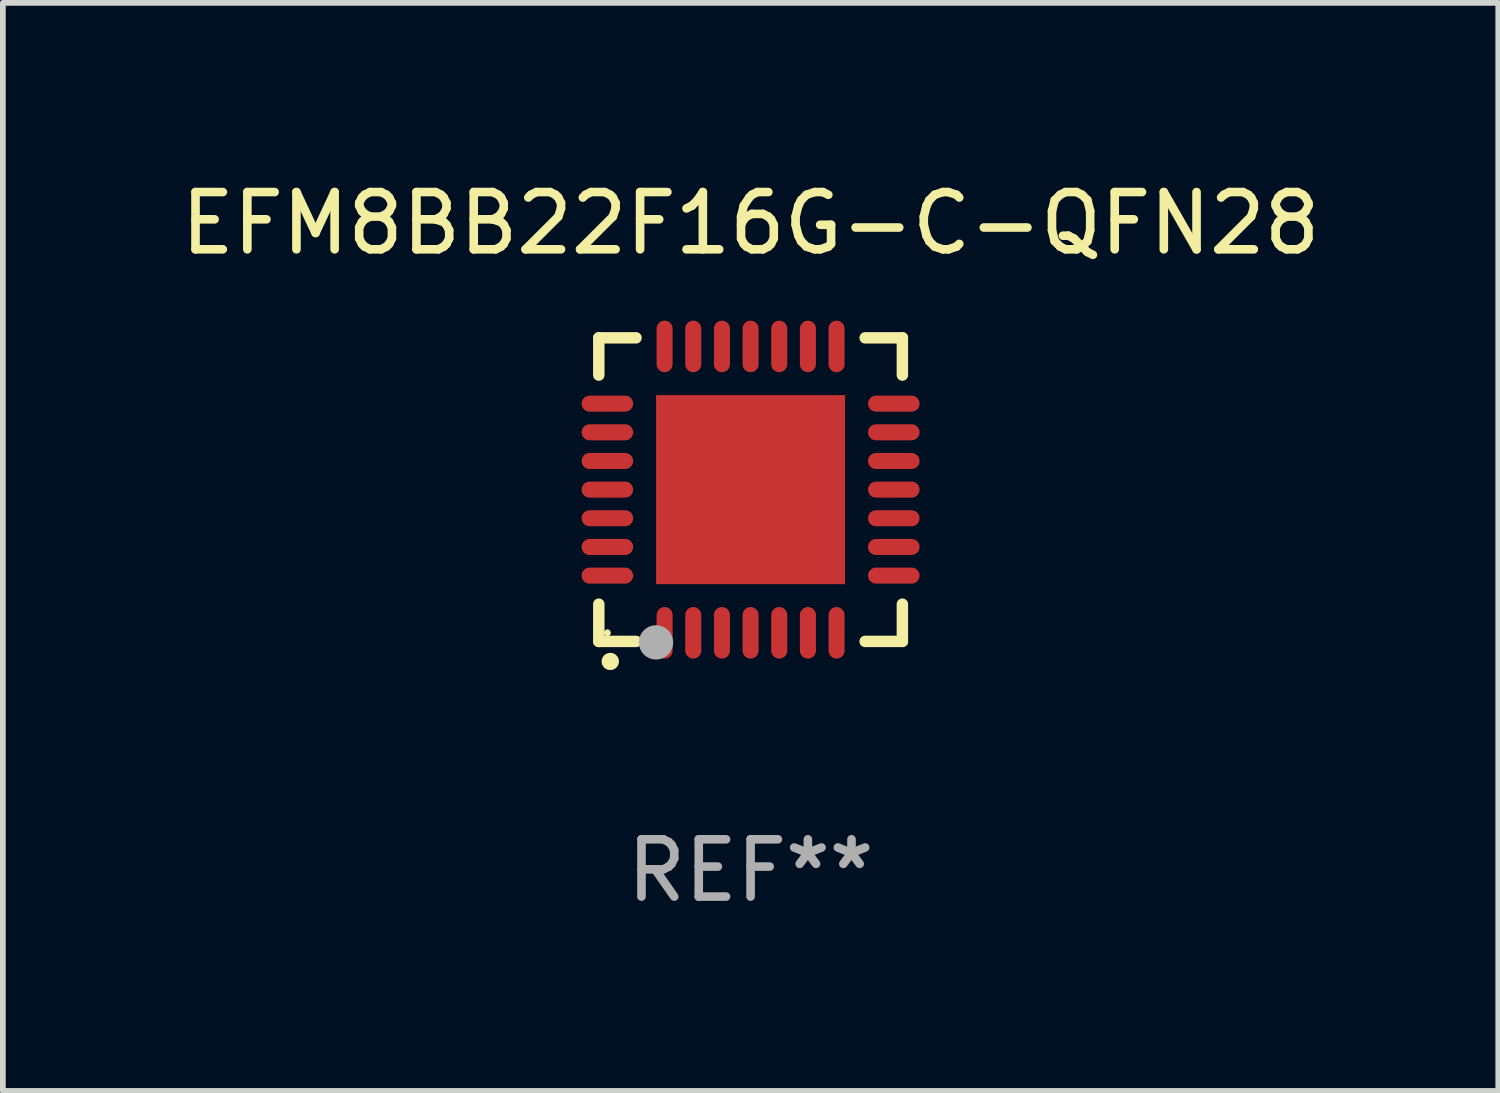
<source format=kicad_pcb>
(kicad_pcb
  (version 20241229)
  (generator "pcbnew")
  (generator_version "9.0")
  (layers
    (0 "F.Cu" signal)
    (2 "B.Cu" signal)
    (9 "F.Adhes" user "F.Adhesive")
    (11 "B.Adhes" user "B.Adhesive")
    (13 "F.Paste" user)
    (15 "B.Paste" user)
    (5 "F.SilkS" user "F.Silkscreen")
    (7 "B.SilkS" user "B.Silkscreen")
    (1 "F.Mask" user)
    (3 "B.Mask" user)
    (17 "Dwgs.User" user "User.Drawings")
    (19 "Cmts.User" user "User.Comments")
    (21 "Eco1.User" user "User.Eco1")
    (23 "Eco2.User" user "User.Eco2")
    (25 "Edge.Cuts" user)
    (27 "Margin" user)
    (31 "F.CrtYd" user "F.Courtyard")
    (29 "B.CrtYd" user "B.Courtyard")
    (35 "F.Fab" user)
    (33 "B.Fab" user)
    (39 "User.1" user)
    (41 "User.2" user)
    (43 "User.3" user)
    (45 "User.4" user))
  (footprint "EFM8BB22F16G-C-QFN28"
    (layer "F.Cu")
    (at 10.054 5.498)
    (property "Reference" "EFM8BB22F16G-C-QFN28" (at 0 -4.65 0) (layer "F.SilkS") (effects (font (size 1 1) (thickness 0.15))))
    (attr through_hole)
    (fp_line (start -2.65 -2.65) (end -2.65 -2) (stroke (width 0.2) (type solid)) (layer "F.SilkS"))
    (fp_line (start -2.65 2.65) (end -2.65 2) (stroke (width 0.2) (type solid)) (layer "F.SilkS"))
    (fp_line (start -2 -2.65) (end -2.65 -2.65) (stroke (width 0.2) (type solid)) (layer "F.SilkS"))
    (fp_line (start -2 2.65) (end -2.65 2.65) (stroke (width 0.2) (type solid)) (layer "F.SilkS"))
    (fp_line (start 2 2.65) (end 2.65 2.65) (stroke (width 0.2) (type solid)) (layer "F.SilkS"))
    (fp_line (start 2.65 -2.65) (end 2 -2.65) (stroke (width 0.2) (type solid)) (layer "F.SilkS"))
    (fp_line (start 2.65 -2) (end 2.65 -2.65) (stroke (width 0.2) (type solid)) (layer "F.SilkS"))
    (fp_line (start 2.65 2.65) (end 2.65 2) (stroke (width 0.2) (type solid)) (layer "F.SilkS"))
    (fp_arc (start -2.451105 2.999746) (mid -2.449835 2.999741) (end -2.448565 2.999746) (stroke (width 0.3) (type solid)) (layer "F.SilkS"))
    (fp_circle (center -2.5 2.5) (end -2.47 2.5) (stroke (width 0.06) (type solid)) (fill no) (layer "F.SilkS"))
    (fp_circle (center -1.651 2.667) (end -1.501 2.667) (stroke (width 0.3) (type solid)) (fill no) (layer "F.Fab"))
    (fp_text user "REF**" (at 0 6.65 0) (layer "F.Fab") (effects (font (size 1 1) (thickness 0.15))))
    (pad "1" smd oval (at -1.501 2.5 180) (size 0.28 0.9) (layers "F.Cu" "F.Mask" "F.Paste"))
    (pad "2" smd oval (at -1.001 2.5 180) (size 0.28 0.9) (layers "F.Cu" "F.Mask" "F.Paste"))
    (pad "3" smd oval (at -0.5 2.5 180) (size 0.28 0.9) (layers "F.Cu" "F.Mask" "F.Paste"))
    (pad "4" smd oval (at 0 2.5 180) (size 0.28 0.9) (layers "F.Cu" "F.Mask" "F.Paste"))
    (pad "5" smd oval (at 0.5 2.5 180) (size 0.28 0.9) (layers "F.Cu" "F.Mask" "F.Paste"))
    (pad "6" smd oval (at 1.001 2.5 180) (size 0.28 0.9) (layers "F.Cu" "F.Mask" "F.Paste"))
    (pad "7" smd oval (at 1.501 2.5 180) (size 0.28 0.9) (layers "F.Cu" "F.Mask" "F.Paste"))
    (pad "8" smd oval (at 2.5 1.501 90) (size 0.28 0.9) (layers "F.Cu" "F.Mask" "F.Paste"))
    (pad "9" smd oval (at 2.5 1.001 90) (size 0.28 0.9) (layers "F.Cu" "F.Mask" "F.Paste"))
    (pad "10" smd oval (at 2.5 0.5 90) (size 0.28 0.9) (layers "F.Cu" "F.Mask" "F.Paste"))
    (pad "11" smd oval (at 2.5 0 90) (size 0.28 0.9) (layers "F.Cu" "F.Mask" "F.Paste"))
    (pad "12" smd oval (at 2.5 -0.5 90) (size 0.28 0.9) (layers "F.Cu" "F.Mask" "F.Paste"))
    (pad "13" smd oval (at 2.5 -1.001 90) (size 0.28 0.9) (layers "F.Cu" "F.Mask" "F.Paste"))
    (pad "14" smd oval (at 2.5 -1.501 90) (size 0.28 0.9) (layers "F.Cu" "F.Mask" "F.Paste"))
    (pad "15" smd oval (at 1.501 -2.5 180) (size 0.28 0.9) (layers "F.Cu" "F.Mask" "F.Paste"))
    (pad "16" smd oval (at 1.001 -2.5 180) (size 0.28 0.9) (layers "F.Cu" "F.Mask" "F.Paste"))
    (pad "17" smd oval (at 0.5 -2.5 180) (size 0.28 0.9) (layers "F.Cu" "F.Mask" "F.Paste"))
    (pad "18" smd oval (at 0 -2.5 180) (size 0.28 0.9) (layers "F.Cu" "F.Mask" "F.Paste"))
    (pad "19" smd oval (at -0.5 -2.5 180) (size 0.28 0.9) (layers "F.Cu" "F.Mask" "F.Paste"))
    (pad "20" smd oval (at -1.001 -2.5 180) (size 0.28 0.9) (layers "F.Cu" "F.Mask" "F.Paste"))
    (pad "21" smd oval (at -1.501 -2.5 180) (size 0.28 0.9) (layers "F.Cu" "F.Mask" "F.Paste"))
    (pad "22" smd oval (at -2.5 -1.501 90) (size 0.28 0.9) (layers "F.Cu" "F.Mask" "F.Paste"))
    (pad "23" smd oval (at -2.5 -1.001 90) (size 0.28 0.9) (layers "F.Cu" "F.Mask" "F.Paste"))
    (pad "24" smd oval (at -2.5 -0.5 90) (size 0.28 0.9) (layers "F.Cu" "F.Mask" "F.Paste"))
    (pad "25" smd oval (at -2.5 0 90) (size 0.28 0.9) (layers "F.Cu" "F.Mask" "F.Paste"))
    (pad "26" smd oval (at -2.5 0.5 90) (size 0.28 0.9) (layers "F.Cu" "F.Mask" "F.Paste"))
    (pad "27" smd oval (at -2.5 1.001 90) (size 0.28 0.9) (layers "F.Cu" "F.Mask" "F.Paste"))
    (pad "28" smd oval (at -2.5 1.501 90) (size 0.28 0.9) (layers "F.Cu" "F.Mask" "F.Paste"))
    (pad "29" smd rect (at 0 0 90) (size 3.3 3.3) (layers "F.Cu" "F.Mask" "F.Paste")))
  (gr_rect
    (start -3 -3)
    (end 23.107 15.996)
    (stroke (width 0.1) (type default))
    (fill no)
    (layer "Edge.Cuts")))
</source>
